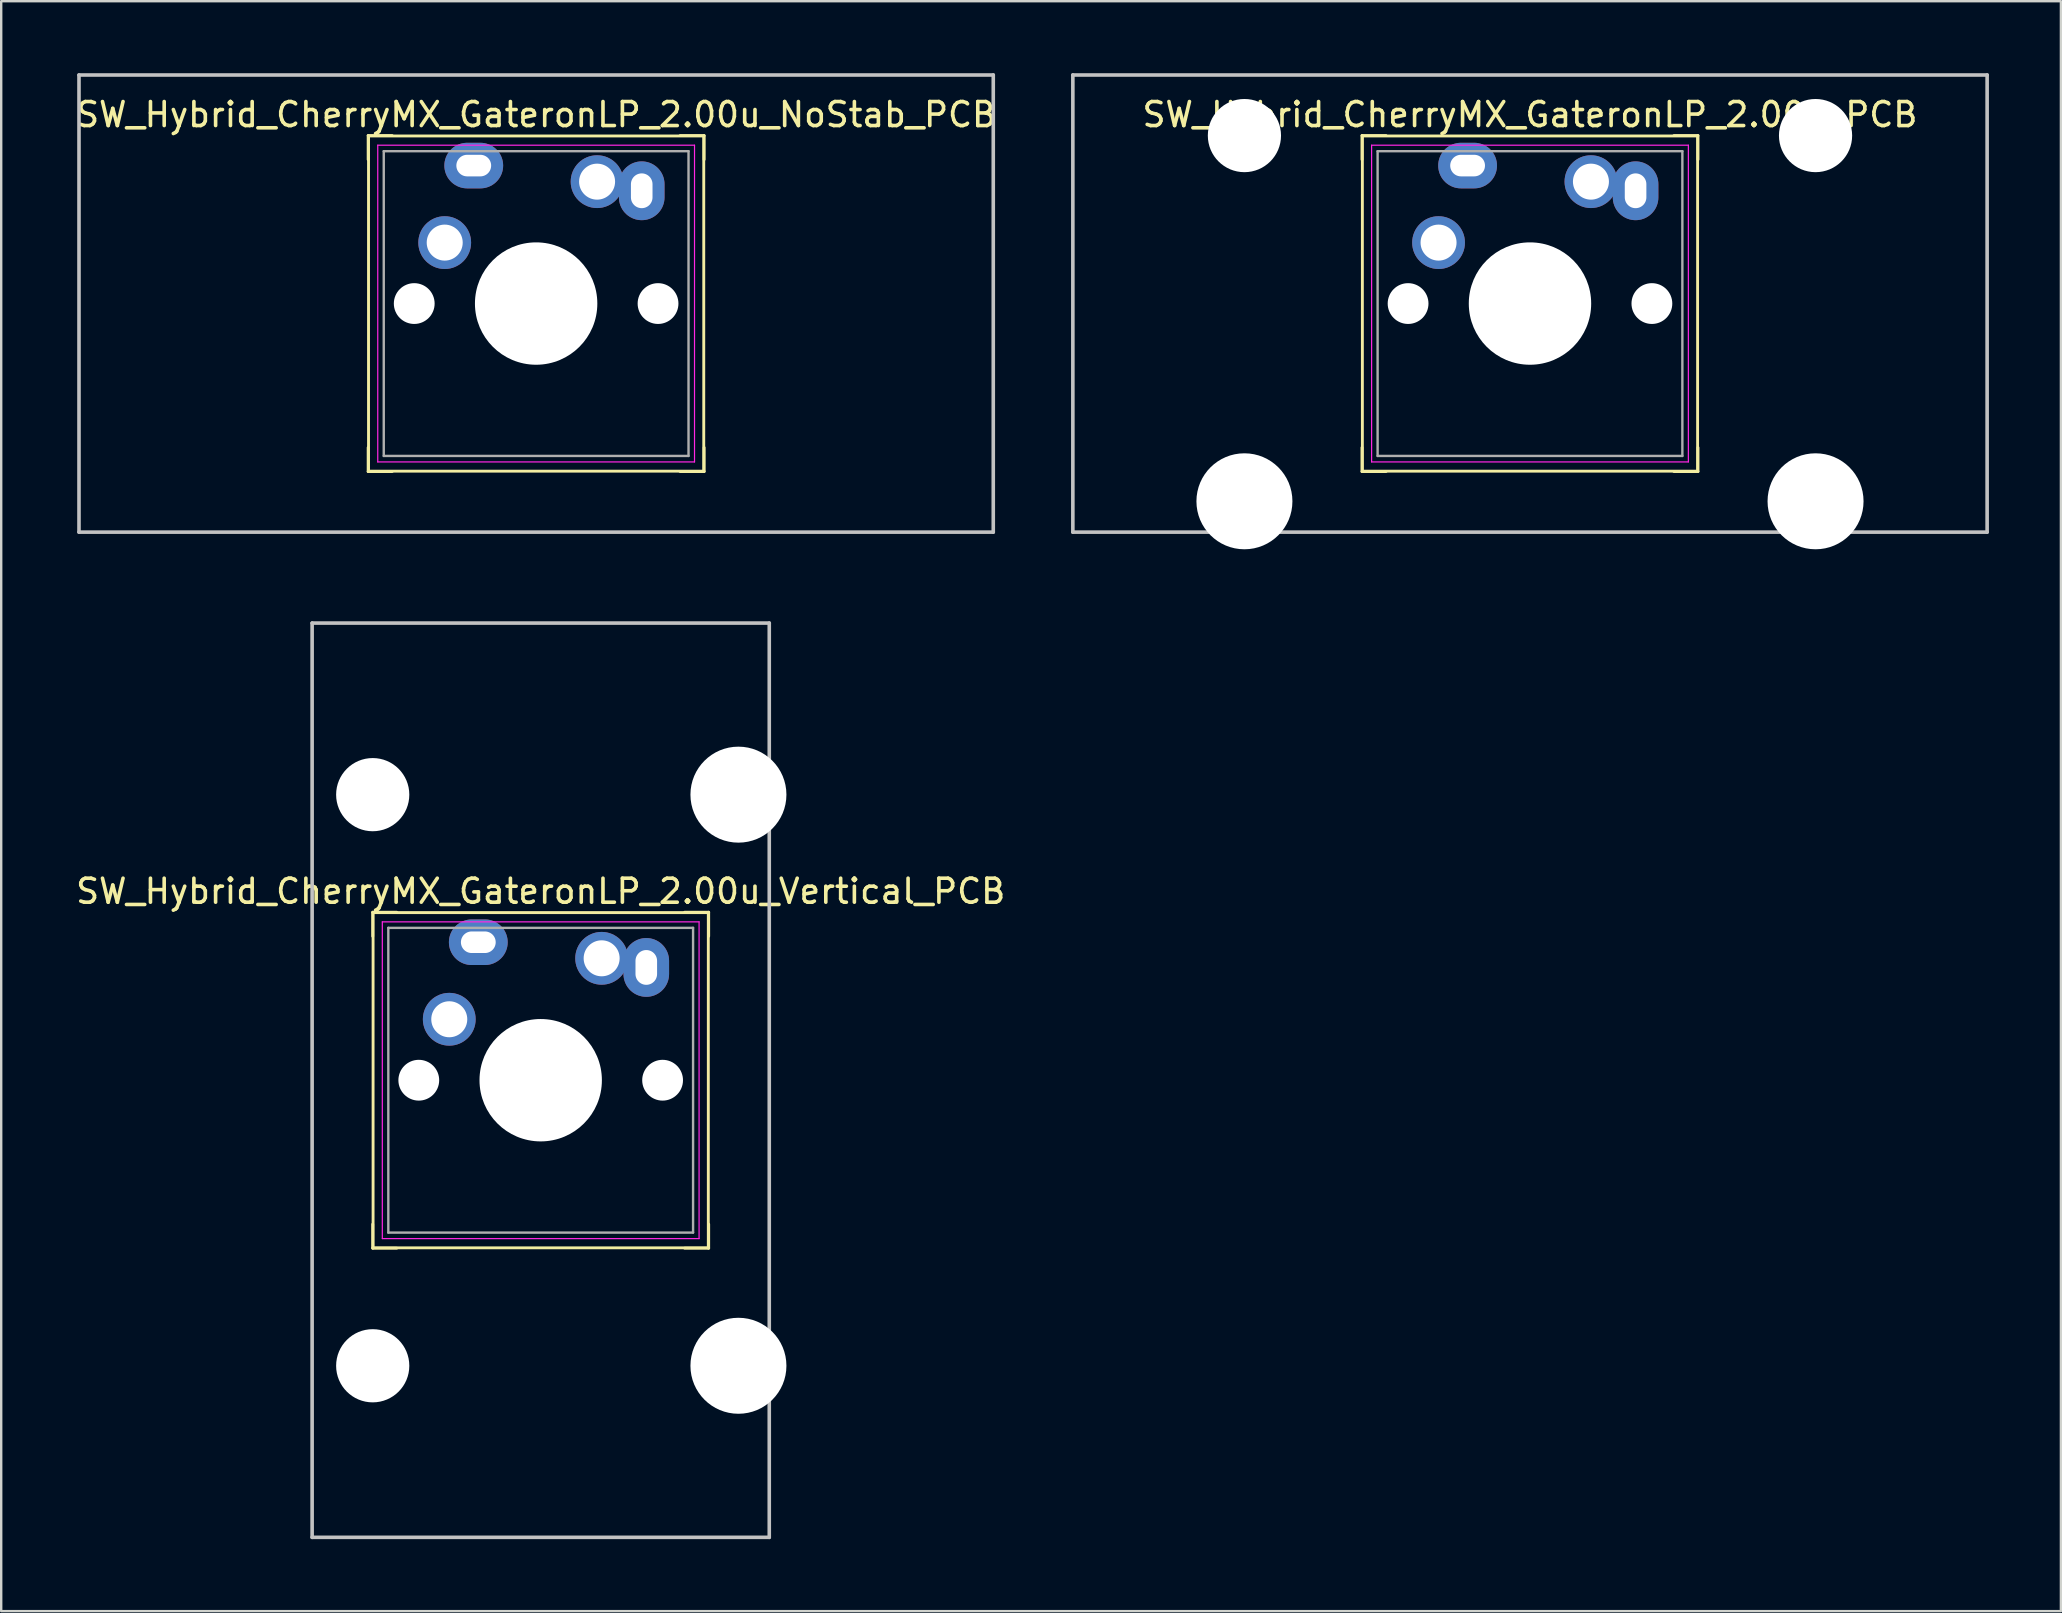
<source format=kicad_pcb>
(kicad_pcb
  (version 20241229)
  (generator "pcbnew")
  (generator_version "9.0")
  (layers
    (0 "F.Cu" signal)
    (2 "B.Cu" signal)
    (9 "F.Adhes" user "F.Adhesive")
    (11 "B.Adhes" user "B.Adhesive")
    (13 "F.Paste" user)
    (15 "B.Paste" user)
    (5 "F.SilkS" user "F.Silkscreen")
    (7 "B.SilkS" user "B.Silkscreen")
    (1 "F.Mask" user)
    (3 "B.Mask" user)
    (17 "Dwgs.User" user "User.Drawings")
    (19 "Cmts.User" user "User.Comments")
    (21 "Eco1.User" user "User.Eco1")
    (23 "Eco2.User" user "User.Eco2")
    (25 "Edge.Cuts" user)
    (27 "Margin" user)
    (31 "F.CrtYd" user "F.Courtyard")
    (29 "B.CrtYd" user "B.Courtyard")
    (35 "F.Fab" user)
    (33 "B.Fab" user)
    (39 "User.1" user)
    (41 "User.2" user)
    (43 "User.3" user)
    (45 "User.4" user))
  (footprint "SW_Hybrid_CherryMX_GateronLP_2.00u_PCB"
    (layer "F.Cu")
    (at 63.248 4.52)
    (property "Reference" "SW_Hybrid_CherryMX_GateronLP_2.00u_PCB" (at -2.54 -2.794 0) (layer "F.SilkS") (effects (font (size 1 1) (thickness 0.15))))
    (attr through_hole)
    (fp_line (start -9.54 -1.92) (end -8.54 -1.92) (stroke (width 0.12) (type solid)) (layer "F.SilkS"))
    (fp_line (start -9.54 -0.92) (end -9.54 -1.92) (stroke (width 0.12) (type solid)) (layer "F.SilkS"))
    (fp_line (start -9.54 12.08) (end -9.54 11.08) (stroke (width 0.12) (type solid)) (layer "F.SilkS"))
    (fp_line (start -9.525 -1.905) (end 4.445 -1.905) (stroke (width 0.12) (type solid)) (layer "F.SilkS"))
    (fp_line (start -9.525 12.065) (end -9.525 -1.905) (stroke (width 0.12) (type solid)) (layer "F.SilkS"))
    (fp_line (start -8.54 12.08) (end -9.54 12.08) (stroke (width 0.12) (type solid)) (layer "F.SilkS"))
    (fp_line (start 3.46 -1.92) (end 4.46 -1.92) (stroke (width 0.12) (type solid)) (layer "F.SilkS"))
    (fp_line (start 4.445 -1.905) (end 4.445 12.065) (stroke (width 0.12) (type solid)) (layer "F.SilkS"))
    (fp_line (start 4.445 12.065) (end -9.525 12.065) (stroke (width 0.12) (type solid)) (layer "F.SilkS"))
    (fp_line (start 4.46 -1.92) (end 4.46 -0.92) (stroke (width 0.12) (type solid)) (layer "F.SilkS"))
    (fp_line (start 4.46 12.08) (end 3.46 12.08) (stroke (width 0.12) (type solid)) (layer "F.SilkS"))
    (fp_line (start 4.46 12.08) (end 4.46 11.08) (stroke (width 0.12) (type solid)) (layer "F.SilkS"))
    (fp_line (start -21.59 -4.445) (end 16.51 -4.445) (stroke (width 0.15) (type solid)) (layer "Dwgs.User"))
    (fp_line (start -21.59 14.605) (end -21.59 -4.445) (stroke (width 0.15) (type solid)) (layer "Dwgs.User"))
    (fp_line (start 16.51 -4.445) (end 16.51 14.605) (stroke (width 0.15) (type solid)) (layer "Dwgs.User"))
    (fp_line (start 16.51 14.605) (end -21.59 14.605) (stroke (width 0.15) (type solid)) (layer "Dwgs.User"))
    (fp_line (start -9.54 12.08) (end -9.54 -1.92) (stroke (width 0.1) (type solid)) (layer "Eco1.User"))
    (fp_line (start 4.46 -1.92) (end -9.54 -1.92) (stroke (width 0.1) (type solid)) (layer "Eco1.User"))
    (fp_line (start 4.46 12.08) (end -9.54 12.08) (stroke (width 0.1) (type solid)) (layer "Eco1.User"))
    (fp_line (start 4.46 12.08) (end 4.46 -1.92) (stroke (width 0.1) (type solid)) (layer "Eco1.User"))
    (fp_rect (start -4.34 11.38) (end 0.66 9.13) (stroke (width 0.12) (type solid)) (fill no) (layer "Eco1.User"))
    (fp_line (start -9.14 -1.52) (end 4.06 -1.52) (stroke (width 0.05) (type solid)) (layer "F.CrtYd"))
    (fp_line (start -9.14 11.68) (end -9.14 -1.52) (stroke (width 0.05) (type solid)) (layer "F.CrtYd"))
    (fp_line (start 4.06 -1.52) (end 4.06 11.68) (stroke (width 0.05) (type solid)) (layer "F.CrtYd"))
    (fp_line (start 4.06 11.68) (end -9.14 11.68) (stroke (width 0.05) (type solid)) (layer "F.CrtYd"))
    (fp_line (start -8.89 -1.27) (end 3.81 -1.27) (stroke (width 0.1) (type solid)) (layer "F.Fab"))
    (fp_line (start -8.89 11.43) (end -8.89 -1.27) (stroke (width 0.1) (type solid)) (layer "F.Fab"))
    (fp_line (start 3.81 -1.27) (end 3.81 11.43) (stroke (width 0.1) (type solid)) (layer "F.Fab"))
    (fp_line (start 3.81 11.43) (end -8.89 11.43) (stroke (width 0.1) (type solid)) (layer "F.Fab"))
    (pad "" np_thru_hole circle (at -14.44 -1.92) (size 3.05 3.05) (drill 3.05) (layers "*.Cu" "*.Mask"))
    (pad "" np_thru_hole circle (at -14.44 13.32) (size 4 4) (drill 4) (layers "*.Cu" "*.Mask"))
    (pad "" np_thru_hole circle (at -7.62 5.08) (size 1.7 1.7) (drill 1.7) (layers "*.Cu" "*.Mask"))
    (pad "" np_thru_hole circle (at -2.54 5.08 180) (size 5.1 5.1) (drill 5.1) (layers "*.Cu" "*.Mask"))
    (pad "" np_thru_hole circle (at 2.54 5.08) (size 1.7 1.7) (drill 1.7) (layers "*.Cu" "*.Mask"))
    (pad "" np_thru_hole circle (at 9.36 -1.92) (size 3.05 3.05) (drill 3.05) (layers "*.Cu" "*.Mask"))
    (pad "" np_thru_hole circle (at 9.36 13.32) (size 4 4) (drill 4) (layers "*.Cu" "*.Mask"))
    (pad "1" thru_hole circle (at 0 0) (size 2.2 2.2) (drill 1.5) (layers "*.Cu" "*.Mask"))
    (pad "1" thru_hole oval (at 1.86 0.38 270) (size 2.45 1.9) (drill oval 1.45 0.9) (layers "*.Cu" "*.Mask"))
    (pad "2" thru_hole circle (at -6.35 2.54) (size 2.2 2.2) (drill 1.5) (layers "*.Cu" "*.Mask"))
    (pad "2" thru_hole oval (at -5.14 -0.67 180) (size 2.45 1.9) (drill oval 1.45 0.9) (layers "*.Cu" "*.Mask")))
  (footprint "SW_Hybrid_CherryMX_GateronLP_2.00u_NoStab_PCB"
    (layer "F.Cu")
    (at 21.832 4.52)
    (property "Reference" "SW_Hybrid_CherryMX_GateronLP_2.00u_NoStab_PCB" (at -2.54 -2.794 0) (layer "F.SilkS") (effects (font (size 1 1) (thickness 0.15))))
    (attr through_hole)
    (fp_line (start -9.54 -1.92) (end -8.54 -1.92) (stroke (width 0.12) (type solid)) (layer "F.SilkS"))
    (fp_line (start -9.54 -0.92) (end -9.54 -1.92) (stroke (width 0.12) (type solid)) (layer "F.SilkS"))
    (fp_line (start -9.54 12.08) (end -9.54 11.08) (stroke (width 0.12) (type solid)) (layer "F.SilkS"))
    (fp_line (start -9.525 -1.905) (end 4.445 -1.905) (stroke (width 0.12) (type solid)) (layer "F.SilkS"))
    (fp_line (start -9.525 12.065) (end -9.525 -1.905) (stroke (width 0.12) (type solid)) (layer "F.SilkS"))
    (fp_line (start -8.54 12.08) (end -9.54 12.08) (stroke (width 0.12) (type solid)) (layer "F.SilkS"))
    (fp_line (start 3.46 -1.92) (end 4.46 -1.92) (stroke (width 0.12) (type solid)) (layer "F.SilkS"))
    (fp_line (start 4.445 -1.905) (end 4.445 12.065) (stroke (width 0.12) (type solid)) (layer "F.SilkS"))
    (fp_line (start 4.445 12.065) (end -9.525 12.065) (stroke (width 0.12) (type solid)) (layer "F.SilkS"))
    (fp_line (start 4.46 -1.92) (end 4.46 -0.92) (stroke (width 0.12) (type solid)) (layer "F.SilkS"))
    (fp_line (start 4.46 12.08) (end 3.46 12.08) (stroke (width 0.12) (type solid)) (layer "F.SilkS"))
    (fp_line (start 4.46 12.08) (end 4.46 11.08) (stroke (width 0.12) (type solid)) (layer "F.SilkS"))
    (fp_line (start -21.59 -4.445) (end 16.51 -4.445) (stroke (width 0.15) (type solid)) (layer "Dwgs.User"))
    (fp_line (start -21.59 14.605) (end -21.59 -4.445) (stroke (width 0.15) (type solid)) (layer "Dwgs.User"))
    (fp_line (start 16.51 -4.445) (end 16.51 14.605) (stroke (width 0.15) (type solid)) (layer "Dwgs.User"))
    (fp_line (start 16.51 14.605) (end -21.59 14.605) (stroke (width 0.15) (type solid)) (layer "Dwgs.User"))
    (fp_line (start -9.54 12.08) (end -9.54 -1.92) (stroke (width 0.1) (type solid)) (layer "Eco1.User"))
    (fp_line (start 4.46 -1.92) (end -9.54 -1.92) (stroke (width 0.1) (type solid)) (layer "Eco1.User"))
    (fp_line (start 4.46 12.08) (end -9.54 12.08) (stroke (width 0.1) (type solid)) (layer "Eco1.User"))
    (fp_line (start 4.46 12.08) (end 4.46 -1.92) (stroke (width 0.1) (type solid)) (layer "Eco1.User"))
    (fp_rect (start -4.34 11.38) (end 0.66 9.13) (stroke (width 0.12) (type solid)) (fill no) (layer "Eco1.User"))
    (fp_line (start -9.14 -1.52) (end 4.06 -1.52) (stroke (width 0.05) (type solid)) (layer "F.CrtYd"))
    (fp_line (start -9.14 11.68) (end -9.14 -1.52) (stroke (width 0.05) (type solid)) (layer "F.CrtYd"))
    (fp_line (start 4.06 -1.52) (end 4.06 11.68) (stroke (width 0.05) (type solid)) (layer "F.CrtYd"))
    (fp_line (start 4.06 11.68) (end -9.14 11.68) (stroke (width 0.05) (type solid)) (layer "F.CrtYd"))
    (fp_line (start -8.89 -1.27) (end 3.81 -1.27) (stroke (width 0.1) (type solid)) (layer "F.Fab"))
    (fp_line (start -8.89 11.43) (end -8.89 -1.27) (stroke (width 0.1) (type solid)) (layer "F.Fab"))
    (fp_line (start 3.81 -1.27) (end 3.81 11.43) (stroke (width 0.1) (type solid)) (layer "F.Fab"))
    (fp_line (start 3.81 11.43) (end -8.89 11.43) (stroke (width 0.1) (type solid)) (layer "F.Fab"))
    (pad "" np_thru_hole circle (at -7.62 5.08) (size 1.7 1.7) (drill 1.7) (layers "*.Cu" "*.Mask"))
    (pad "" np_thru_hole circle (at -2.54 5.08 180) (size 5.1 5.1) (drill 5.1) (layers "*.Cu" "*.Mask"))
    (pad "" np_thru_hole circle (at 2.54 5.08) (size 1.7 1.7) (drill 1.7) (layers "*.Cu" "*.Mask"))
    (pad "1" thru_hole circle (at 0 0) (size 2.2 2.2) (drill 1.5) (layers "*.Cu" "*.Mask"))
    (pad "1" thru_hole oval (at 1.86 0.38 270) (size 2.45 1.9) (drill oval 1.45 0.9) (layers "*.Cu" "*.Mask"))
    (pad "2" thru_hole circle (at -6.35 2.54) (size 2.2 2.2) (drill 1.5) (layers "*.Cu" "*.Mask"))
    (pad "2" thru_hole oval (at -5.14 -0.67 180) (size 2.45 1.9) (drill oval 1.45 0.9) (layers "*.Cu" "*.Mask")))
  (footprint "SW_Hybrid_CherryMX_GateronLP_2.00u_Vertical_PCB"
    (layer "F.Cu")
    (at 22.022 36.885)
    (property "Reference" "SW_Hybrid_CherryMX_GateronLP_2.00u_Vertical_PCB" (at -2.54 -2.794 0) (layer "F.SilkS") (effects (font (size 1 1) (thickness 0.15))))
    (attr through_hole)
    (fp_line (start -9.54 -1.92) (end -8.54 -1.92) (stroke (width 0.12) (type solid)) (layer "F.SilkS"))
    (fp_line (start -9.54 -0.92) (end -9.54 -1.92) (stroke (width 0.12) (type solid)) (layer "F.SilkS"))
    (fp_line (start -9.54 12.08) (end -9.54 11.08) (stroke (width 0.12) (type solid)) (layer "F.SilkS"))
    (fp_line (start -9.525 -1.905) (end 4.445 -1.905) (stroke (width 0.12) (type solid)) (layer "F.SilkS"))
    (fp_line (start -9.525 12.065) (end -9.525 -1.905) (stroke (width 0.12) (type solid)) (layer "F.SilkS"))
    (fp_line (start -8.54 12.08) (end -9.54 12.08) (stroke (width 0.12) (type solid)) (layer "F.SilkS"))
    (fp_line (start 3.46 -1.92) (end 4.46 -1.92) (stroke (width 0.12) (type solid)) (layer "F.SilkS"))
    (fp_line (start 4.445 -1.905) (end 4.445 12.065) (stroke (width 0.12) (type solid)) (layer "F.SilkS"))
    (fp_line (start 4.445 12.065) (end -9.525 12.065) (stroke (width 0.12) (type solid)) (layer "F.SilkS"))
    (fp_line (start 4.46 -1.92) (end 4.46 -0.92) (stroke (width 0.12) (type solid)) (layer "F.SilkS"))
    (fp_line (start 4.46 12.08) (end 3.46 12.08) (stroke (width 0.12) (type solid)) (layer "F.SilkS"))
    (fp_line (start 4.46 12.08) (end 4.46 11.08) (stroke (width 0.12) (type solid)) (layer "F.SilkS"))
    (fp_line (start -12.065 -13.97) (end 6.985 -13.97) (stroke (width 0.15) (type solid)) (layer "Dwgs.User"))
    (fp_line (start -12.065 24.13) (end -12.065 -13.97) (stroke (width 0.15) (type solid)) (layer "Dwgs.User"))
    (fp_line (start 6.985 -13.97) (end 6.985 24.13) (stroke (width 0.15) (type solid)) (layer "Dwgs.User"))
    (fp_line (start 6.985 24.13) (end -12.065 24.13) (stroke (width 0.15) (type solid)) (layer "Dwgs.User"))
    (fp_line (start -9.54 12.08) (end -9.54 -1.92) (stroke (width 0.1) (type solid)) (layer "Eco1.User"))
    (fp_line (start 4.46 -1.92) (end -9.54 -1.92) (stroke (width 0.1) (type solid)) (layer "Eco1.User"))
    (fp_line (start 4.46 12.08) (end -9.54 12.08) (stroke (width 0.1) (type solid)) (layer "Eco1.User"))
    (fp_line (start 4.46 12.08) (end 4.46 -1.92) (stroke (width 0.1) (type solid)) (layer "Eco1.User"))
    (fp_rect (start -4.34 11.38) (end 0.66 9.13) (stroke (width 0.12) (type solid)) (fill no) (layer "Eco1.User"))
    (fp_line (start -9.14 -1.52) (end 4.06 -1.52) (stroke (width 0.05) (type solid)) (layer "F.CrtYd"))
    (fp_line (start -9.14 11.68) (end -9.14 -1.52) (stroke (width 0.05) (type solid)) (layer "F.CrtYd"))
    (fp_line (start 4.06 -1.52) (end 4.06 11.68) (stroke (width 0.05) (type solid)) (layer "F.CrtYd"))
    (fp_line (start 4.06 11.68) (end -9.14 11.68) (stroke (width 0.05) (type solid)) (layer "F.CrtYd"))
    (fp_line (start -8.89 -1.27) (end 3.81 -1.27) (stroke (width 0.1) (type solid)) (layer "F.Fab"))
    (fp_line (start -8.89 11.43) (end -8.89 -1.27) (stroke (width 0.1) (type solid)) (layer "F.Fab"))
    (fp_line (start 3.81 -1.27) (end 3.81 11.43) (stroke (width 0.1) (type solid)) (layer "F.Fab"))
    (fp_line (start 3.81 11.43) (end -8.89 11.43) (stroke (width 0.1) (type solid)) (layer "F.Fab"))
    (pad "" np_thru_hole circle (at -9.54 -6.82) (size 3.05 3.05) (drill 3.05) (layers "*.Cu" "*.Mask"))
    (pad "" np_thru_hole circle (at -9.54 16.98) (size 3.05 3.05) (drill 3.05) (layers "*.Cu" "*.Mask"))
    (pad "" np_thru_hole circle (at -7.62 5.08) (size 1.7 1.7) (drill 1.7) (layers "*.Cu" "*.Mask"))
    (pad "" np_thru_hole circle (at -2.54 5.08 180) (size 5.1 5.1) (drill 5.1) (layers "*.Cu" "*.Mask"))
    (pad "" np_thru_hole circle (at 2.54 5.08) (size 1.7 1.7) (drill 1.7) (layers "*.Cu" "*.Mask"))
    (pad "" np_thru_hole circle (at 5.7 -6.82) (size 4 4) (drill 4) (layers "*.Cu" "*.Mask"))
    (pad "" np_thru_hole circle (at 5.7 16.98) (size 4 4) (drill 4) (layers "*.Cu" "*.Mask"))
    (pad "1" thru_hole circle (at 0 0) (size 2.2 2.2) (drill 1.5) (layers "*.Cu" "*.Mask"))
    (pad "1" thru_hole oval (at 1.86 0.38 270) (size 2.45 1.9) (drill oval 1.45 0.9) (layers "*.Cu" "*.Mask"))
    (pad "2" thru_hole circle (at -6.35 2.54) (size 2.2 2.2) (drill 1.5) (layers "*.Cu" "*.Mask"))
    (pad "2" thru_hole oval (at -5.14 -0.67 180) (size 2.45 1.9) (drill oval 1.45 0.9) (layers "*.Cu" "*.Mask")))
  (gr_rect
    (start -3 -3)
    (end 82.833 64.09)
    (stroke (width 0.1) (type default))
    (fill no)
    (layer "Edge.Cuts")))
</source>
